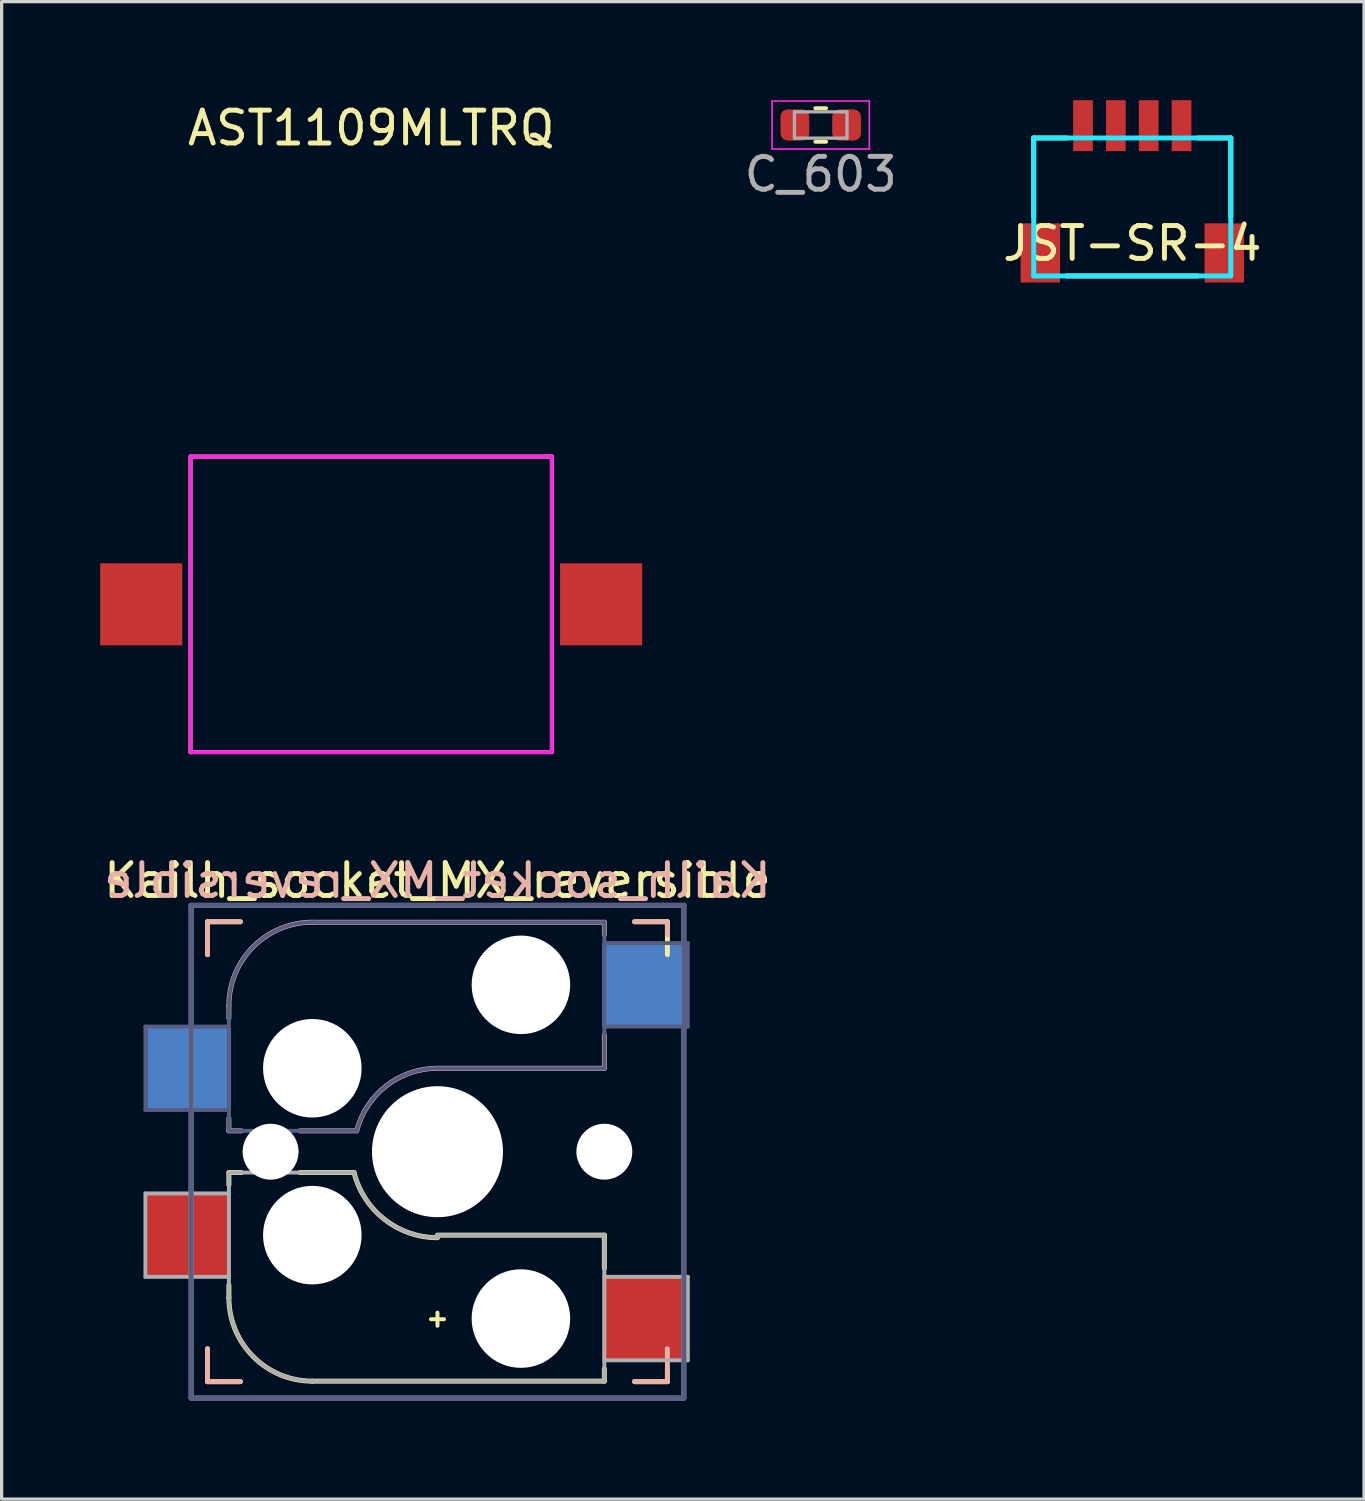
<source format=kicad_pcb>
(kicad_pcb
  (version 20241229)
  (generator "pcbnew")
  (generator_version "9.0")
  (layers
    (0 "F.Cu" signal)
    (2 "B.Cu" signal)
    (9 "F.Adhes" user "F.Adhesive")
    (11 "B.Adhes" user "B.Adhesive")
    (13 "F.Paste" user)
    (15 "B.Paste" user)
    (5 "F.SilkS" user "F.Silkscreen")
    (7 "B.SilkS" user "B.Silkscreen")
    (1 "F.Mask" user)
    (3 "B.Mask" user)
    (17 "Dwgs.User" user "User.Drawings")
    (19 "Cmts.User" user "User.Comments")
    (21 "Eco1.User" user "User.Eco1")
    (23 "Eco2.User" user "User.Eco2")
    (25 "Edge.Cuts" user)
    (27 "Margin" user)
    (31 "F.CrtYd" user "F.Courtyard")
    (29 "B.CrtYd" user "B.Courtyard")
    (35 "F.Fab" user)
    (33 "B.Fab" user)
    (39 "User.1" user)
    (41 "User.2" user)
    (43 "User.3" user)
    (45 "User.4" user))
  (footprint "JST-SR-4"
    (layer "F.Cu")
    (at 31.419 5.55)
    (property "Reference" "JST-SR-4" (at 0.004 -1.189 0) (layer "F.SilkS") (effects (font (size 1 1) (thickness 0.15))))
    (attr smd)
    (fp_line (start -3 -4.4) (end -2 -4.4) (stroke (width 0.15) (type solid)) (layer "F.SilkS"))
    (fp_line (start -3 -2) (end -3 -4.4) (stroke (width 0.15) (type solid)) (layer "F.SilkS"))
    (fp_line (start 2 -4.4) (end 3 -4.4) (stroke (width 0.15) (type solid)) (layer "F.SilkS"))
    (fp_line (start 2 -0.2) (end -2 -0.2) (stroke (width 0.15) (type solid)) (layer "F.SilkS"))
    (fp_line (start 3 -4.4) (end 3 -2) (stroke (width 0.15) (type solid)) (layer "F.SilkS"))
    (fp_line (start -3 -4.4) (end 3 -4.4) (stroke (width 0.15) (type solid)) (layer "B.CrtYd"))
    (fp_line (start -3 -0.2) (end -3 -4.4) (stroke (width 0.15) (type solid)) (layer "B.CrtYd"))
    (fp_line (start 3 -4.4) (end 3 -0.2) (stroke (width 0.15) (type solid)) (layer "B.CrtYd"))
    (fp_line (start 3 -0.2) (end -3 -0.2) (stroke (width 0.15) (type solid)) (layer "B.CrtYd"))
    (pad "" smd rect (at -2.8 -0.9) (size 1.2 1.8) (layers "F.Cu" "F.Mask" "F.Paste"))
    (pad "" smd rect (at 2.8 -0.9) (size 1.2 1.8) (layers "F.Cu" "F.Mask" "F.Paste"))
    (pad "1" smd rect (at -1.5 -4.775) (size 0.6 1.55) (layers "F.Cu" "F.Mask" "F.Paste"))
    (pad "2" smd rect (at -0.5 -4.775) (size 0.6 1.55) (layers "F.Cu" "F.Mask" "F.Paste"))
    (pad "3" smd rect (at 0.5 -4.775) (size 0.6 1.55) (layers "F.Cu" "F.Mask" "F.Paste"))
    (pad "4" smd rect (at 1.5 -4.775) (size 0.6 1.55) (layers "F.Cu" "F.Mask" "F.Paste")))
  (footprint "AST1109MLTRQ"
    (layer "F.Cu")
    (at 8.25 15.348)
    (property "Reference" "AST1109MLTRQ" (at 0 -14.5 0) (layer "F.SilkS") (effects (font (size 1 1) (thickness 0.15))))
    (attr through_hole)
    (fp_line (start -5.5 -4.5) (end 5.5 -4.5) (stroke (width 0.12) (type solid)) (layer "F.SilkS"))
    (fp_line (start -5.5 4.5) (end -5.5 -4.5) (stroke (width 0.12) (type solid)) (layer "F.SilkS"))
    (fp_line (start 5.5 -4.5) (end 5.5 4.5) (stroke (width 0.12) (type solid)) (layer "F.SilkS"))
    (fp_line (start 5.5 4.5) (end -5.5 4.5) (stroke (width 0.12) (type solid)) (layer "F.SilkS"))
    (fp_line (start -5.5 -4.5) (end 5.5 -4.5) (stroke (width 0.12) (type solid)) (layer "F.CrtYd"))
    (fp_line (start -5.5 4.5) (end -5.5 -4.5) (stroke (width 0.12) (type solid)) (layer "F.CrtYd"))
    (fp_line (start 5.5 -4.5) (end 5.5 4.5) (stroke (width 0.12) (type solid)) (layer "F.CrtYd"))
    (fp_line (start 5.5 4.5) (end -5.5 4.5) (stroke (width 0.12) (type solid)) (layer "F.CrtYd"))
    (pad "1" smd rect (at -7 0) (size 2.5 2.5) (layers "F.Cu" "F.Mask" "F.Paste"))
    (pad "2" smd rect (at 7 0) (size 2.5 2.5) (layers "F.Cu" "F.Mask" "F.Paste")))
  (footprint "C_603"
    (layer "F.Cu")
    (at 21.935 0.755)
    (property "Reference" "C_603" (at 0 1.5 0) (layer "F.Fab") (effects (font (size 1 1) (thickness 0.15))))
    (attr smd)
    (fp_line (start -0.163 -0.51) (end 0.163 -0.51) (stroke (width 0.12) (type solid)) (layer "F.SilkS"))
    (fp_line (start -0.163 0.51) (end 0.163 0.51) (stroke (width 0.12) (type solid)) (layer "F.SilkS"))
    (fp_line (start -1.48 -0.73) (end 1.48 -0.73) (stroke (width 0.05) (type solid)) (layer "F.CrtYd"))
    (fp_line (start -1.48 0.73) (end -1.48 -0.73) (stroke (width 0.05) (type solid)) (layer "F.CrtYd"))
    (fp_line (start 1.48 -0.73) (end 1.48 0.73) (stroke (width 0.05) (type solid)) (layer "F.CrtYd"))
    (fp_line (start 1.48 0.73) (end -1.48 0.73) (stroke (width 0.05) (type solid)) (layer "F.CrtYd"))
    (fp_line (start -0.8 -0.4) (end 0.8 -0.4) (stroke (width 0.1) (type solid)) (layer "F.Fab"))
    (fp_line (start -0.8 0.4) (end -0.8 -0.4) (stroke (width 0.1) (type solid)) (layer "F.Fab"))
    (fp_line (start 0.8 -0.4) (end 0.8 0.4) (stroke (width 0.1) (type solid)) (layer "F.Fab"))
    (fp_line (start 0.8 0.4) (end -0.8 0.4) (stroke (width 0.1) (type solid)) (layer "F.Fab"))
    (pad "1" smd roundrect (at -0.787 0) (size 0.875 0.95) (layers "F.Cu" "F.Mask" "F.Paste") (roundrect_rratio 0.25))
    (pad "2" smd roundrect (at 0.787 0) (size 0.875 0.95) (layers "F.Cu" "F.Mask" "F.Paste") (roundrect_rratio 0.25)))
  (footprint "Kailh_socket_MX_reversible"
    (layer "F.Cu")
    (at 10.268 32.011)
    (property "Reference" "Kailh_socket_MX_reversible" (at 0 -8.255 0) (layer "F.SilkS") (effects (font (size 1 1) (thickness 0.15))))
    (attr smd)
    (fp_line (start -7 -7) (end -6 -7) (stroke (width 0.15) (type solid)) (layer "F.SilkS"))
    (fp_line (start -7 -6) (end -7 -7) (stroke (width 0.15) (type solid)) (layer "F.SilkS"))
    (fp_line (start -7 7) (end -7 6) (stroke (width 0.15) (type solid)) (layer "F.SilkS"))
    (fp_line (start -6.35 0.635) (end -5.969 0.635) (stroke (width 0.15) (type solid)) (layer "F.SilkS"))
    (fp_line (start -6.35 1.016) (end -6.35 0.635) (stroke (width 0.15) (type solid)) (layer "F.SilkS"))
    (fp_line (start -6.35 4.445) (end -6.35 4.064) (stroke (width 0.15) (type solid)) (layer "F.SilkS"))
    (fp_line (start -6 7) (end -7 7) (stroke (width 0.15) (type solid)) (layer "F.SilkS"))
    (fp_line (start -4.191 0.635) (end -2.54 0.635) (stroke (width 0.15) (type solid)) (layer "F.SilkS"))
    (fp_line (start -0.2 5.1) (end 0.2 5.1) (stroke (width 0.12) (type solid)) (layer "F.SilkS"))
    (fp_line (start 0 2.54) (end 5.08 2.54) (stroke (width 0.15) (type solid)) (layer "F.SilkS"))
    (fp_line (start 0 4.9) (end 0 5.3) (stroke (width 0.12) (type solid)) (layer "F.SilkS"))
    (fp_line (start 5.08 2.54) (end 5.08 3.556) (stroke (width 0.15) (type solid)) (layer "F.SilkS"))
    (fp_line (start 5.08 6.604) (end 5.08 6.985) (stroke (width 0.15) (type solid)) (layer "F.SilkS"))
    (fp_line (start 5.08 6.985) (end -3.81 6.985) (stroke (width 0.15) (type solid)) (layer "F.SilkS"))
    (fp_line (start 6 -7) (end 7 -7) (stroke (width 0.15) (type solid)) (layer "F.SilkS"))
    (fp_line (start 7 -7) (end 7 -6) (stroke (width 0.15) (type solid)) (layer "F.SilkS"))
    (fp_line (start 7 6.604) (end 7 7) (stroke (width 0.15) (type solid)) (layer "F.SilkS"))
    (fp_line (start 7 7) (end 6 7) (stroke (width 0.15) (type solid)) (layer "F.SilkS"))
    (fp_arc (start -3.81 6.985) (mid -5.606051 6.241051) (end -6.35 4.445) (stroke (width 0.15) (type solid)) (layer "F.SilkS"))
    (fp_arc (start -0.000001 2.618171) (mid -1.611255 2.063656) (end -2.539999 0.634999) (stroke (width 0.15) (type solid)) (layer "F.SilkS"))
    (fp_line (start -7 -7) (end -6 -7) (stroke (width 0.15) (type solid)) (layer "B.SilkS"))
    (fp_line (start -7 -6) (end -7 -7) (stroke (width 0.15) (type solid)) (layer "B.SilkS"))
    (fp_line (start -7 7) (end -7 6) (stroke (width 0.15) (type solid)) (layer "B.SilkS"))
    (fp_line (start -6.35 -4.445) (end -6.35 -4.064) (stroke (width 0.15) (type solid)) (layer "B.SilkS"))
    (fp_line (start -6.35 -1.016) (end -6.35 -0.635) (stroke (width 0.15) (type solid)) (layer "B.SilkS"))
    (fp_line (start -6.35 -0.635) (end -5.969 -0.635) (stroke (width 0.15) (type solid)) (layer "B.SilkS"))
    (fp_line (start -6 7) (end -7 7) (stroke (width 0.15) (type solid)) (layer "B.SilkS"))
    (fp_line (start -4.191 -0.635) (end -2.54 -0.635) (stroke (width 0.15) (type solid)) (layer "B.SilkS"))
    (fp_line (start 0 -2.54) (end 5.08 -2.54) (stroke (width 0.15) (type solid)) (layer "B.SilkS"))
    (fp_line (start 5.08 -6.985) (end -3.81 -6.985) (stroke (width 0.15) (type solid)) (layer "B.SilkS"))
    (fp_line (start 5.08 -6.604) (end 5.08 -6.985) (stroke (width 0.15) (type solid)) (layer "B.SilkS"))
    (fp_line (start 5.08 -2.54) (end 5.08 -3.556) (stroke (width 0.15) (type solid)) (layer "B.SilkS"))
    (fp_line (start 6 -7) (end 7 -7) (stroke (width 0.15) (type solid)) (layer "B.SilkS"))
    (fp_line (start 7 -7) (end 7 -6.604) (stroke (width 0.15) (type solid)) (layer "B.SilkS"))
    (fp_line (start 7 6) (end 7 7) (stroke (width 0.15) (type solid)) (layer "B.SilkS"))
    (fp_line (start 7 7) (end 6 7) (stroke (width 0.15) (type solid)) (layer "B.SilkS"))
    (fp_arc (start -6.35 -4.445) (mid -5.606051 -6.241051) (end -3.81 -6.985) (stroke (width 0.15) (type solid)) (layer "B.SilkS"))
    (fp_arc (start -2.461268 -0.627503) (mid -1.558484 -2.005674) (end 0 -2.54) (stroke (width 0.15) (type solid)) (layer "B.SilkS"))
    (fp_line (start -6.9 6.9) (end -6.9 -6.9) (stroke (width 0.15) (type solid)) (layer "Eco2.User"))
    (fp_line (start -6.9 6.9) (end 6.9 6.9) (stroke (width 0.15) (type solid)) (layer "Eco2.User"))
    (fp_line (start 6.9 -6.9) (end -6.9 -6.9) (stroke (width 0.15) (type solid)) (layer "Eco2.User"))
    (fp_line (start 6.9 -6.9) (end 6.9 6.9) (stroke (width 0.15) (type solid)) (layer "Eco2.User"))
    (fp_line (start -8.89 -3.81) (end -8.89 -1.27) (stroke (width 0.12) (type solid)) (layer "B.Fab"))
    (fp_line (start -8.89 -1.27) (end -6.35 -1.27) (stroke (width 0.12) (type solid)) (layer "B.Fab"))
    (fp_line (start -7.5 -7.5) (end 7.5 -7.5) (stroke (width 0.15) (type solid)) (layer "B.Fab"))
    (fp_line (start -7.5 7.5) (end -7.5 -7.5) (stroke (width 0.15) (type solid)) (layer "B.Fab"))
    (fp_line (start -6.35 -4.445) (end -6.35 -0.635) (stroke (width 0.12) (type solid)) (layer "B.Fab"))
    (fp_line (start -6.35 -3.81) (end -8.89 -3.81) (stroke (width 0.12) (type solid)) (layer "B.Fab"))
    (fp_line (start -6.35 -0.635) (end -2.54 -0.635) (stroke (width 0.12) (type solid)) (layer "B.Fab"))
    (fp_line (start 0 -2.54) (end 5.08 -2.54) (stroke (width 0.12) (type solid)) (layer "B.Fab"))
    (fp_line (start 5.08 -6.985) (end -3.81 -6.985) (stroke (width 0.12) (type solid)) (layer "B.Fab"))
    (fp_line (start 5.08 -3.81) (end 7.62 -3.81) (stroke (width 0.12) (type solid)) (layer "B.Fab"))
    (fp_line (start 5.08 -2.54) (end 5.08 -6.985) (stroke (width 0.12) (type solid)) (layer "B.Fab"))
    (fp_line (start 7.5 -7.5) (end 7.5 7.5) (stroke (width 0.15) (type solid)) (layer "B.Fab"))
    (fp_line (start 7.5 7.5) (end -7.5 7.5) (stroke (width 0.15) (type solid)) (layer "B.Fab"))
    (fp_line (start 7.62 -6.35) (end 5.08 -6.35) (stroke (width 0.12) (type solid)) (layer "B.Fab"))
    (fp_line (start 7.62 -3.81) (end 7.62 -6.35) (stroke (width 0.12) (type solid)) (layer "B.Fab"))
    (fp_arc (start -6.35 -4.445) (mid -5.606051 -6.241051) (end -3.81 -6.985) (stroke (width 0.12) (type solid)) (layer "B.Fab"))
    (fp_arc (start -2.464162 -0.61604) (mid -1.563147 -2.002042) (end 0 -2.54) (stroke (width 0.12) (type solid)) (layer "B.Fab"))
    (fp_line (start -8.89 1.27) (end -8.89 3.81) (stroke (width 0.12) (type solid)) (layer "F.Fab"))
    (fp_line (start -8.89 3.81) (end -6.35 3.81) (stroke (width 0.12) (type solid)) (layer "F.Fab"))
    (fp_line (start -7.5 -7.5) (end 7.5 -7.5) (stroke (width 0.15) (type solid)) (layer "F.Fab"))
    (fp_line (start -7.5 7.5) (end -7.5 -7.5) (stroke (width 0.15) (type solid)) (layer "F.Fab"))
    (fp_line (start -6.35 0.635) (end -6.35 4.445) (stroke (width 0.12) (type solid)) (layer "F.Fab"))
    (fp_line (start -6.35 1.27) (end -8.89 1.27) (stroke (width 0.12) (type solid)) (layer "F.Fab"))
    (fp_line (start -3.81 6.985) (end 5.08 6.985) (stroke (width 0.12) (type solid)) (layer "F.Fab"))
    (fp_line (start -2.54 0.635) (end -6.35 0.635) (stroke (width 0.12) (type solid)) (layer "F.Fab"))
    (fp_line (start 5.08 2.54) (end 0 2.54) (stroke (width 0.12) (type solid)) (layer "F.Fab"))
    (fp_line (start 5.08 6.35) (end 7.62 6.35) (stroke (width 0.12) (type solid)) (layer "F.Fab"))
    (fp_line (start 5.08 6.985) (end 5.08 2.54) (stroke (width 0.12) (type solid)) (layer "F.Fab"))
    (fp_line (start 7.5 -7.5) (end 7.5 7.5) (stroke (width 0.15) (type solid)) (layer "F.Fab"))
    (fp_line (start 7.5 7.5) (end -7.5 7.5) (stroke (width 0.15) (type solid)) (layer "F.Fab"))
    (fp_line (start 7.62 3.81) (end 5.08 3.81) (stroke (width 0.12) (type solid)) (layer "F.Fab"))
    (fp_line (start 7.62 6.35) (end 7.62 3.81) (stroke (width 0.12) (type solid)) (layer "F.Fab"))
    (fp_arc (start -3.81 6.985) (mid -5.606051 6.241051) (end -6.35 4.445) (stroke (width 0.12) (type solid)) (layer "F.Fab"))
    (fp_arc (start -0.000001 2.618171) (mid -1.611255 2.063656) (end -2.539999 0.634999) (stroke (width 0.12) (type solid)) (layer "F.Fab"))
    (fp_text user "${REFERENCE}" (at 0 -8.255 0) (layer "B.SilkS") (effects (font (size 1 1) (thickness 0.15)) (justify mirror)))
    (pad "" np_thru_hole circle (at -5.08 0) (size 1.702 1.702) (drill 1.702) (layers "*.Cu" "*.Mask"))
    (pad "" np_thru_hole circle (at -3.81 -2.54) (size 3 3) (drill 3) (layers "*.Cu" "*.Mask"))
    (pad "" np_thru_hole circle (at -3.81 2.54) (size 3 3) (drill 3) (layers "*.Cu" "*.Mask"))
    (pad "" np_thru_hole circle (at 0 0) (size 3.988 3.988) (drill 3.988) (layers "*.Cu" "*.Mask"))
    (pad "" np_thru_hole circle (at 2.54 -5.08) (size 3 3) (drill 3) (layers "*.Cu" "*.Mask"))
    (pad "" np_thru_hole circle (at 2.54 5.08) (size 3 3) (drill 3) (layers "*.Cu" "*.Mask"))
    (pad "" np_thru_hole circle (at 5.08 0) (size 1.702 1.702) (drill 1.702) (layers "*.Cu" "*.Mask"))
    (pad "1" smd rect (at 6.29 -5.08) (size 2.55 2.5) (layers "B.Cu" "B.Mask" "B.Paste"))
    (pad "1" smd rect (at 6.29 5.08) (size 2.55 2.5) (layers "F.Cu" "F.Mask" "F.Paste"))
    (pad "2" smd rect (at -7.56 -2.54) (size 2.55 2.5) (layers "B.Cu" "B.Mask" "B.Paste"))
    (pad "2" smd rect (at -7.56 2.54) (size 2.55 2.5) (layers "F.Cu" "F.Mask" "F.Paste")))
  (gr_rect
    (start -3 -3)
    (end 38.476 42.587)
    (stroke (width 0.1) (type default))
    (fill no)
    (layer "Edge.Cuts")))
</source>
